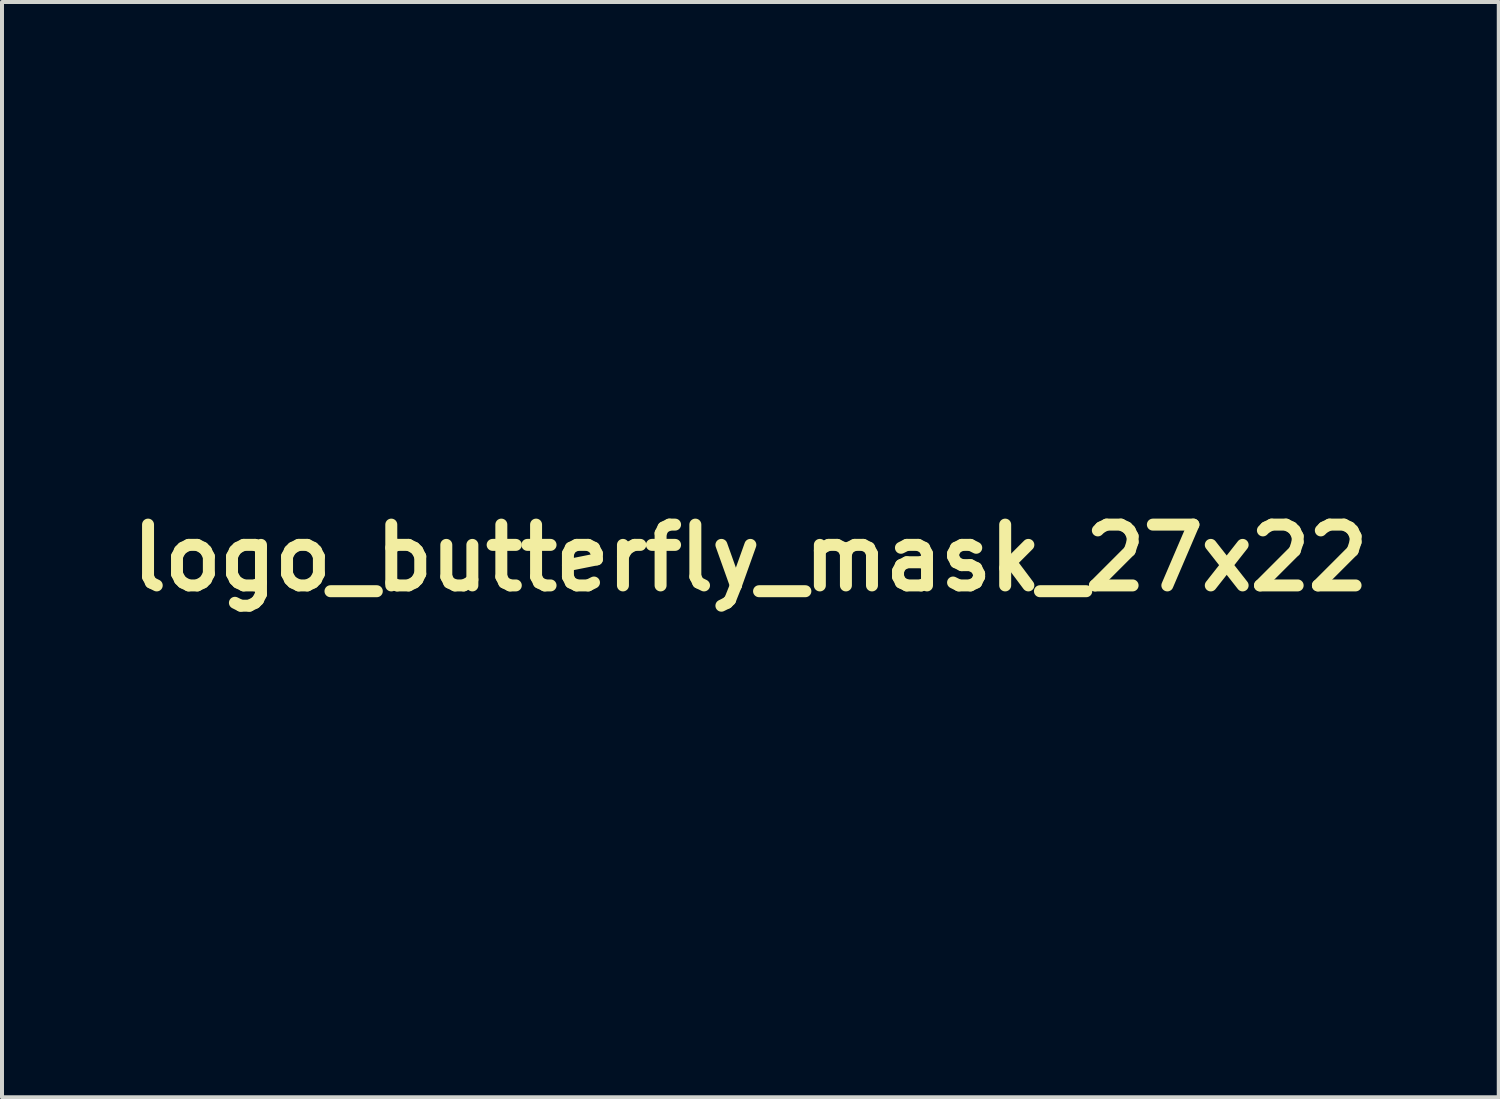
<source format=kicad_pcb>
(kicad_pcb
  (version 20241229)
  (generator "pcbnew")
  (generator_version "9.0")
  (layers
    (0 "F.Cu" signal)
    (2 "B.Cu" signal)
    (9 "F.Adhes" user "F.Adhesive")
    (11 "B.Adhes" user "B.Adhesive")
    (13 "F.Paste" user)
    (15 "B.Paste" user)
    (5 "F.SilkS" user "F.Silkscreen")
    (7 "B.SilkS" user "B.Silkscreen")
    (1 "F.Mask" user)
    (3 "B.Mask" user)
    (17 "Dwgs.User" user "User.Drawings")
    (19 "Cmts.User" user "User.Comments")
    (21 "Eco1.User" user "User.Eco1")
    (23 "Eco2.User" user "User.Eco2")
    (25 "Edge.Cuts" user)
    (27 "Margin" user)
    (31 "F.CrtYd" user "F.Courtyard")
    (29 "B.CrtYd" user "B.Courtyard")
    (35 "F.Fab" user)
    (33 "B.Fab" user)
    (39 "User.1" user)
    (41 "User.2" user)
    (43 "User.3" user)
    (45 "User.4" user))
  (footprint "logo_butterfly_mask_27x22"
    (layer "F.Cu")
    (at 15.755 10.932)
    (property "Reference" "logo_butterfly_mask_27x22" (at 0 0 0) (layer "F.SilkS") (effects (font (size 1.524 1.524) (thickness 0.3))))
    (attr through_hole)
    (fp_poly (pts (xy -4.32 1.235) (xy -4.25 1.258) (xy -4.2 1.288) (xy -4.166 1.331) (xy -4.16 1.377) (xy -4.183 1.42) (xy -4.223 1.449) (xy -4.289 1.469) (xy -4.369 1.474) (xy -4.45 1.466) (xy -4.491 1.455) (xy -4.542 1.427) (xy -4.583 1.389) (xy -4.607 1.348) (xy -4.609 1.319) (xy -4.583 1.278) (xy -4.534 1.248) (xy -4.469 1.231) (xy -4.396 1.226) (xy -4.32 1.235)) (stroke (width 0.01) (type solid)) (fill yes) (layer "F.Mask"))
    (fp_poly (pts (xy 6.075 4.575) (xy 6.118 4.598) (xy 6.141 4.636) (xy 6.144 4.658) (xy 6.129 4.707) (xy 6.092 4.754) (xy 6.037 4.796) (xy 5.972 4.829) (xy 5.904 4.851) (xy 5.84 4.858) (xy 5.786 4.849) (xy 5.757 4.829) (xy 5.733 4.784) (xy 5.74 4.734) (xy 5.773 4.684) (xy 5.827 4.634) (xy 5.889 4.597) (xy 5.956 4.575) (xy 6.02 4.568) (xy 6.075 4.575)) (stroke (width 0.01) (type solid)) (fill yes) (layer "F.Mask"))
    (fp_poly (pts (xy 6.614 -3.585) (xy 6.65 -3.557) (xy 6.66 -3.538) (xy 6.661 -3.487) (xy 6.637 -3.436) (xy 6.593 -3.389) (xy 6.535 -3.349) (xy 6.469 -3.32) (xy 6.402 -3.304) (xy 6.339 -3.306) (xy 6.29 -3.327) (xy 6.26 -3.363) (xy 6.26 -3.41) (xy 6.29 -3.465) (xy 6.312 -3.493) (xy 6.367 -3.539) (xy 6.43 -3.572) (xy 6.497 -3.591) (xy 6.561 -3.596) (xy 6.614 -3.585)) (stroke (width 0.01) (type solid)) (fill yes) (layer "F.Mask"))
    (fp_poly (pts (xy 8.576 -9.296) (xy 8.617 -9.278) (xy 8.646 -9.243) (xy 8.65 -9.202) (xy 8.631 -9.157) (xy 8.595 -9.114) (xy 8.545 -9.074) (xy 8.486 -9.042) (xy 8.421 -9.02) (xy 8.355 -9.014) (xy 8.307 -9.02) (xy 8.262 -9.044) (xy 8.244 -9.085) (xy 8.253 -9.138) (xy 8.261 -9.157) (xy 8.305 -9.213) (xy 8.366 -9.258) (xy 8.437 -9.288) (xy 8.51 -9.302) (xy 8.576 -9.296)) (stroke (width 0.01) (type solid)) (fill yes) (layer "F.Mask"))
    (fp_poly (pts (xy 8.947 -7.484) (xy 8.995 -7.465) (xy 9.024 -7.428) (xy 9.027 -7.418) (xy 9.025 -7.368) (xy 8.997 -7.319) (xy 8.95 -7.273) (xy 8.89 -7.235) (xy 8.824 -7.207) (xy 8.757 -7.193) (xy 8.696 -7.197) (xy 8.656 -7.215) (xy 8.624 -7.253) (xy 8.623 -7.298) (xy 8.653 -7.351) (xy 8.689 -7.39) (xy 8.752 -7.438) (xy 8.82 -7.47) (xy 8.887 -7.485) (xy 8.947 -7.484)) (stroke (width 0.01) (type solid)) (fill yes) (layer "F.Mask"))
    (fp_poly (pts (xy 10.046 0.724) (xy 10.088 0.749) (xy 10.11 0.791) (xy 10.112 0.813) (xy 10.098 0.864) (xy 10.058 0.914) (xy 10.001 0.956) (xy 9.933 0.989) (xy 9.861 1.008) (xy 9.793 1.01) (xy 9.753 1) (xy 9.716 0.972) (xy 9.705 0.931) (xy 9.718 0.881) (xy 9.754 0.829) (xy 9.787 0.798) (xy 9.855 0.753) (xy 9.924 0.726) (xy 9.989 0.716) (xy 10.046 0.724)) (stroke (width 0.01) (type solid)) (fill yes) (layer "F.Mask"))
    (fp_poly (pts (xy 10.281 3.513) (xy 10.328 3.531) (xy 10.359 3.565) (xy 10.366 3.602) (xy 10.352 3.653) (xy 10.312 3.702) (xy 10.256 3.745) (xy 10.188 3.778) (xy 10.117 3.798) (xy 10.05 3.801) (xy 10.014 3.792) (xy 9.973 3.764) (xy 9.959 3.723) (xy 9.971 3.673) (xy 10.01 3.618) (xy 10.027 3.6) (xy 10.089 3.555) (xy 10.155 3.525) (xy 10.221 3.511) (xy 10.281 3.513)) (stroke (width 0.01) (type solid)) (fill yes) (layer "F.Mask"))
    (fp_poly (pts (xy 10.774 2.042) (xy 10.816 2.067) (xy 10.835 2.105) (xy 10.83 2.15) (xy 10.802 2.198) (xy 10.75 2.245) (xy 10.697 2.276) (xy 10.632 2.301) (xy 10.565 2.315) (xy 10.504 2.317) (xy 10.46 2.307) (xy 10.449 2.299) (xy 10.43 2.259) (xy 10.434 2.209) (xy 10.46 2.157) (xy 10.481 2.132) (xy 10.561 2.071) (xy 10.643 2.039) (xy 10.707 2.032) (xy 10.774 2.042)) (stroke (width 0.01) (type solid)) (fill yes) (layer "F.Mask"))
    (fp_poly (pts (xy -6.955 1.278) (xy -6.886 1.299) (xy -6.831 1.33) (xy -6.796 1.367) (xy -6.782 1.407) (xy -6.793 1.447) (xy -6.831 1.483) (xy -6.88 1.503) (xy -6.946 1.514) (xy -7.016 1.516) (xy -7.064 1.51) (xy -7.132 1.489) (xy -7.188 1.46) (xy -7.224 1.427) (xy -7.231 1.413) (xy -7.234 1.36) (xy -7.209 1.318) (xy -7.159 1.288) (xy -7.085 1.272) (xy -7.037 1.27) (xy -6.955 1.278)) (stroke (width 0.01) (type solid)) (fill yes) (layer "F.Mask"))
    (fp_poly (pts (xy -1.156 6.575) (xy -1.087 6.593) (xy -1.028 6.622) (xy -0.985 6.66) (xy -0.964 6.704) (xy -0.965 6.735) (xy -0.987 6.768) (xy -1.033 6.793) (xy -1.096 6.811) (xy -1.168 6.817) (xy -1.242 6.811) (xy -1.251 6.81) (xy -1.324 6.786) (xy -1.377 6.753) (xy -1.408 6.712) (xy -1.413 6.67) (xy -1.392 6.629) (xy -1.361 6.604) (xy -1.299 6.578) (xy -1.228 6.569) (xy -1.156 6.575)) (stroke (width 0.01) (type solid)) (fill yes) (layer "F.Mask"))
    (fp_poly (pts (xy 1.694 6.051) (xy 1.764 6.083) (xy 1.814 6.128) (xy 1.818 6.133) (xy 1.832 6.177) (xy 1.82 6.215) (xy 1.785 6.248) (xy 1.734 6.271) (xy 1.669 6.284) (xy 1.597 6.284) (xy 1.522 6.27) (xy 1.503 6.263) (xy 1.437 6.231) (xy 1.395 6.191) (xy 1.38 6.148) (xy 1.394 6.104) (xy 1.407 6.088) (xy 1.463 6.053) (xy 1.535 6.036) (xy 1.616 6.036) (xy 1.694 6.051)) (stroke (width 0.01) (type solid)) (fill yes) (layer "F.Mask"))
    (fp_poly (pts (xy 7.183 -5.506) (xy 7.222 -5.483) (xy 7.238 -5.442) (xy 7.239 -5.429) (xy 7.224 -5.373) (xy 7.18 -5.319) (xy 7.111 -5.271) (xy 7.089 -5.261) (xy 7.006 -5.231) (xy 6.934 -5.224) (xy 6.878 -5.24) (xy 6.858 -5.255) (xy 6.833 -5.287) (xy 6.83 -5.319) (xy 6.848 -5.361) (xy 6.862 -5.382) (xy 6.914 -5.436) (xy 6.986 -5.479) (xy 7.066 -5.506) (xy 7.118 -5.513) (xy 7.183 -5.506)) (stroke (width 0.01) (type solid)) (fill yes) (layer "F.Mask"))
    (fp_poly (pts (xy 8.389 4.546) (xy 8.398 4.553) (xy 8.423 4.589) (xy 8.422 4.632) (xy 8.4 4.677) (xy 8.361 4.722) (xy 8.308 4.762) (xy 8.247 4.794) (xy 8.182 4.814) (xy 8.117 4.818) (xy 8.088 4.814) (xy 8.041 4.793) (xy 8.019 4.755) (xy 8.017 4.73) (xy 8.032 4.674) (xy 8.071 4.623) (xy 8.128 4.579) (xy 8.195 4.547) (xy 8.266 4.528) (xy 8.333 4.527) (xy 8.389 4.546)) (stroke (width 0.01) (type solid)) (fill yes) (layer "F.Mask"))
    (fp_poly (pts (xy -10.815 -2.836) (xy -10.741 -2.816) (xy -10.681 -2.785) (xy -10.642 -2.744) (xy -10.639 -2.737) (xy -10.631 -2.687) (xy -10.652 -2.643) (xy -10.681 -2.621) (xy -10.728 -2.606) (xy -10.792 -2.598) (xy -10.861 -2.596) (xy -10.921 -2.603) (xy -10.928 -2.604) (xy -11 -2.631) (xy -11.051 -2.667) (xy -11.078 -2.708) (xy -11.08 -2.751) (xy -11.054 -2.792) (xy -11.029 -2.81) (xy -10.967 -2.834) (xy -10.892 -2.842) (xy -10.815 -2.836)) (stroke (width 0.01) (type solid)) (fill yes) (layer "F.Mask"))
    (fp_poly (pts (xy -8.678 -1.752) (xy -8.653 -1.747) (xy -8.581 -1.72) (xy -8.529 -1.684) (xy -8.5 -1.641) (xy -8.496 -1.596) (xy -8.52 -1.553) (xy -8.526 -1.547) (xy -8.568 -1.525) (xy -8.631 -1.513) (xy -8.704 -1.51) (xy -8.777 -1.517) (xy -8.841 -1.533) (xy -8.853 -1.538) (xy -8.914 -1.576) (xy -8.944 -1.617) (xy -8.943 -1.662) (xy -8.938 -1.675) (xy -8.898 -1.717) (xy -8.837 -1.744) (xy -8.761 -1.757) (xy -8.678 -1.752)) (stroke (width 0.01) (type solid)) (fill yes) (layer "F.Mask"))
    (fp_poly (pts (xy -2.65 5.089) (xy -2.562 5.112) (xy -2.52 5.133) (xy -2.469 5.173) (xy -2.447 5.217) (xy -2.454 5.262) (xy -2.489 5.302) (xy -2.51 5.314) (xy -2.562 5.329) (xy -2.632 5.333) (xy -2.708 5.328) (xy -2.777 5.313) (xy -2.806 5.303) (xy -2.853 5.274) (xy -2.887 5.241) (xy -2.892 5.231) (xy -2.901 5.2) (xy -2.892 5.174) (xy -2.873 5.151) (xy -2.813 5.109) (xy -2.736 5.088) (xy -2.65 5.089)) (stroke (width 0.01) (type solid)) (fill yes) (layer "F.Mask"))
    (fp_poly (pts (xy 1.756 6.983) (xy 1.825 6.998) (xy 1.885 7.024) (xy 1.929 7.059) (xy 1.951 7.104) (xy 1.953 7.119) (xy 1.938 7.162) (xy 1.898 7.197) (xy 1.837 7.219) (xy 1.761 7.227) (xy 1.691 7.223) (xy 1.619 7.204) (xy 1.557 7.175) (xy 1.515 7.138) (xy 1.507 7.127) (xy 1.499 7.094) (xy 1.513 7.059) (xy 1.516 7.055) (xy 1.557 7.015) (xy 1.615 6.991) (xy 1.684 6.981) (xy 1.756 6.983)) (stroke (width 0.01) (type solid)) (fill yes) (layer "F.Mask"))
    (fp_poly (pts (xy 9.311 -5.783) (xy 9.351 -5.752) (xy 9.366 -5.702) (xy 9.366 -5.696) (xy 9.352 -5.649) (xy 9.313 -5.602) (xy 9.256 -5.56) (xy 9.189 -5.527) (xy 9.118 -5.506) (xy 9.051 -5.503) (xy 9.039 -5.504) (xy 9.001 -5.521) (xy 8.978 -5.539) (xy 8.96 -5.579) (xy 8.968 -5.625) (xy 8.997 -5.672) (xy 9.043 -5.717) (xy 9.102 -5.755) (xy 9.169 -5.782) (xy 9.239 -5.794) (xy 9.249 -5.794) (xy 9.311 -5.783)) (stroke (width 0.01) (type solid)) (fill yes) (layer "F.Mask"))
    (fp_poly (pts (xy 9.535 -4.001) (xy 9.557 -3.985) (xy 9.582 -3.953) (xy 9.585 -3.921) (xy 9.568 -3.88) (xy 9.558 -3.864) (xy 9.52 -3.821) (xy 9.463 -3.784) (xy 9.397 -3.755) (xy 9.328 -3.735) (xy 9.265 -3.729) (xy 9.215 -3.737) (xy 9.195 -3.75) (xy 9.177 -3.788) (xy 9.182 -3.838) (xy 9.207 -3.891) (xy 9.219 -3.906) (xy 9.274 -3.955) (xy 9.341 -3.991) (xy 9.412 -4.012) (xy 9.479 -4.016) (xy 9.535 -4.001)) (stroke (width 0.01) (type solid)) (fill yes) (layer "F.Mask"))
    (fp_poly (pts (xy 0.844 7.604) (xy 0.906 7.625) (xy 0.956 7.655) (xy 0.992 7.691) (xy 1.01 7.73) (xy 1.005 7.769) (xy 0.975 7.805) (xy 0.952 7.819) (xy 0.905 7.833) (xy 0.839 7.84) (xy 0.767 7.839) (xy 0.7 7.832) (xy 0.677 7.826) (xy 0.624 7.801) (xy 0.582 7.763) (xy 0.558 7.723) (xy 0.556 7.707) (xy 0.571 7.663) (xy 0.615 7.629) (xy 0.69 7.604) (xy 0.7 7.602) (xy 0.774 7.596) (xy 0.844 7.604)) (stroke (width 0.01) (type solid)) (fill yes) (layer "F.Mask"))
    (fp_poly (pts (xy 7.526 -7.138) (xy 7.567 -7.119) (xy 7.586 -7.085) (xy 7.588 -7.059) (xy 7.573 -7.004) (xy 7.533 -6.952) (xy 7.473 -6.908) (xy 7.401 -6.875) (xy 7.321 -6.859) (xy 7.295 -6.858) (xy 7.246 -6.862) (xy 7.216 -6.875) (xy 7.198 -6.897) (xy 7.183 -6.925) (xy 7.183 -6.95) (xy 7.197 -6.987) (xy 7.2 -6.993) (xy 7.241 -7.047) (xy 7.303 -7.094) (xy 7.375 -7.128) (xy 7.449 -7.143) (xy 7.458 -7.144) (xy 7.526 -7.138)) (stroke (width 0.01) (type solid)) (fill yes) (layer "F.Mask"))
    (fp_poly (pts (xy -9.839 -1.686) (xy -9.767 -1.665) (xy -9.729 -1.646) (xy -9.681 -1.602) (xy -9.663 -1.56) (xy -9.677 -1.515) (xy -9.69 -1.497) (xy -9.714 -1.473) (xy -9.742 -1.46) (xy -9.782 -1.453) (xy -9.837 -1.45) (xy -9.9 -1.45) (xy -9.957 -1.454) (xy -9.991 -1.46) (xy -10.045 -1.487) (xy -10.087 -1.525) (xy -10.11 -1.567) (xy -10.112 -1.581) (xy -10.098 -1.62) (xy -10.061 -1.656) (xy -10.009 -1.684) (xy -9.984 -1.691) (xy -9.916 -1.696) (xy -9.839 -1.686)) (stroke (width 0.01) (type solid)) (fill yes) (layer "F.Mask"))
    (fp_poly (pts (xy -6.777 -0.288) (xy -6.775 -0.288) (xy -6.696 -0.262) (xy -6.64 -0.226) (xy -6.609 -0.185) (xy -6.603 -0.14) (xy -6.627 -0.097) (xy -6.637 -0.086) (xy -6.673 -0.069) (xy -6.73 -0.057) (xy -6.798 -0.051) (xy -6.866 -0.053) (xy -6.924 -0.063) (xy -6.929 -0.064) (xy -6.994 -0.094) (xy -7.037 -0.139) (xy -7.047 -0.155) (xy -7.056 -0.181) (xy -7.049 -0.205) (xy -7.021 -0.236) (xy -7.02 -0.237) (xy -6.955 -0.281) (xy -6.873 -0.298) (xy -6.777 -0.288)) (stroke (width 0.01) (type solid)) (fill yes) (layer "F.Mask"))
    (fp_poly (pts (xy -8.243 -0.305) (xy -8.179 -0.284) (xy -8.128 -0.254) (xy -8.094 -0.216) (xy -8.084 -0.17) (xy -8.086 -0.153) (xy -8.106 -0.118) (xy -8.13 -0.097) (xy -8.174 -0.082) (xy -8.237 -0.072) (xy -8.307 -0.07) (xy -8.372 -0.075) (xy -8.4 -0.081) (xy -8.45 -0.104) (xy -8.497 -0.139) (xy -8.502 -0.144) (xy -8.53 -0.176) (xy -8.537 -0.201) (xy -8.528 -0.231) (xy -8.528 -0.231) (xy -8.494 -0.273) (xy -8.443 -0.3) (xy -8.38 -0.314) (xy -8.311 -0.315) (xy -8.243 -0.305)) (stroke (width 0.01) (type solid)) (fill yes) (layer "F.Mask"))
    (fp_poly (pts (xy -13.02 -4.343) (xy -12.95 -4.337) (xy -12.732 -4.306) (xy -12.495 -4.261) (xy -12.247 -4.205) (xy -11.997 -4.138) (xy -11.754 -4.064) (xy -11.525 -3.984) (xy -11.359 -3.918) (xy -11.198 -3.85) (xy -11.011 -3.769) (xy -10.8 -3.676) (xy -10.567 -3.574) (xy -10.316 -3.462) (xy -10.049 -3.342) (xy -9.767 -3.215) (xy -9.474 -3.082) (xy -9.172 -2.945) (xy -9.136 -2.929) (xy -8.959 -2.848) (xy -8.772 -2.763) (xy -8.578 -2.675) (xy -8.385 -2.587) (xy -8.198 -2.502) (xy -8.022 -2.422) (xy -7.863 -2.35) (xy -7.727 -2.289) (xy -7.72 -2.286) (xy -7.129 -2.019) (xy -6.577 -1.65) (xy -6.418 -1.543) (xy -6.254 -1.433) (xy -6.082 -1.317) (xy -5.902 -1.196) (xy -5.712 -1.067) (xy -5.51 -0.93) (xy -5.294 -0.784) (xy -5.063 -0.627) (xy -4.814 -0.458) (xy -4.547 -0.276) (xy -4.26 -0.08) (xy -3.95 0.132) (xy -3.617 0.359) (xy -3.469 0.46) (xy -3.142 0.684) (xy -2.83 0.897) (xy -2.534 1.099) (xy -2.255 1.289) (xy -1.993 1.467) (xy -1.751 1.632) (xy -1.528 1.783) (xy -1.326 1.92) (xy -1.146 2.042) (xy -0.989 2.149) (xy -0.855 2.239) (xy -0.745 2.313) (xy -0.691 2.349) (xy -0.612 2.402) (xy -0.538 2.452) (xy -0.475 2.496) (xy -0.429 2.529) (xy -0.411 2.542) (xy -0.382 2.563) (xy -0.33 2.598) (xy -0.261 2.644) (xy -0.179 2.699) (xy -0.088 2.758) (xy -0.031 2.795) (xy 0.099 2.879) (xy 0.207 2.951) (xy 0.296 3.012) (xy 0.371 3.066) (xy 0.435 3.115) (xy 0.494 3.163) (xy 0.55 3.214) (xy 0.601 3.262) (xy 0.662 3.323) (xy 0.722 3.39) (xy 0.777 3.456) (xy 0.823 3.517) (xy 0.856 3.567) (xy 0.872 3.602) (xy 0.873 3.608) (xy 0.862 3.638) (xy 0.851 3.65) (xy 0.826 3.657) (xy 0.772 3.664) (xy 0.692 3.671) (xy 0.589 3.677) (xy 0.465 3.682) (xy 0.324 3.686) (xy 0.167 3.69) (xy -0.001 3.693) (xy -0.179 3.695) (xy -0.363 3.696) (xy -0.551 3.696) (xy -0.74 3.696) (xy -0.927 3.694) (xy -1.109 3.691) (xy -1.283 3.688) (xy -1.447 3.683) (xy -1.468 3.682) (xy -1.707 3.672) (xy -1.973 3.66) (xy -2.261 3.645) (xy -2.568 3.628) (xy -2.889 3.61) (xy -3.219 3.589) (xy -3.554 3.567) (xy -3.89 3.544) (xy -4.223 3.52) (xy -4.374 3.509) (xy -4.459 3.503) (xy -4.565 3.496) (xy -4.684 3.488) (xy -4.805 3.482) (xy -4.897 3.477) (xy -5.066 3.468) (xy -5.207 3.458) (xy -5.327 3.448) (xy -5.429 3.434) (xy -5.52 3.417) (xy -5.604 3.395) (xy -5.686 3.368) (xy -5.771 3.333) (xy -5.864 3.29) (xy -5.97 3.238) (xy -5.974 3.236) (xy -6.188 3.124) (xy -6.38 3.013) (xy -6.559 2.896) (xy -6.733 2.768) (xy -6.911 2.622) (xy -7.012 2.535) (xy -7.134 2.423) (xy -7.271 2.291) (xy -7.42 2.143) (xy -7.575 1.982) (xy -7.733 1.815) (xy -7.889 1.644) (xy -8.04 1.475) (xy -8.128 1.373) (xy -8.318 1.155) (xy -8.522 0.924) (xy -8.744 0.678) (xy -8.928 0.476) (xy -9.02 0.378) (xy -9.132 0.261) (xy -9.263 0.126) (xy -9.41 -0.025) (xy -9.573 -0.19) (xy -9.747 -0.366) (xy -9.932 -0.552) (xy -10.126 -0.744) (xy -10.325 -0.942) (xy -10.529 -1.144) (xy -10.735 -1.346) (xy -10.94 -1.547) (xy -11.143 -1.745) (xy -11.343 -1.938) (xy -11.535 -2.124) (xy -11.692 -2.274) (xy -11.906 -2.478) (xy -12.099 -2.662) (xy -12.185 -2.745) (xy -11.351 -2.745) (xy -11.336 -2.685) (xy -11.294 -2.626) (xy -11.229 -2.57) (xy -11.147 -2.521) (xy -11.051 -2.483) (xy -11 -2.469) (xy -10.848 -2.447) (xy -10.7 -2.453) (xy -10.604 -2.471) (xy -10.495 -2.497) (xy -9.835 -2.142) (xy -9.68 -2.059) (xy -9.552 -1.989) (xy -9.447 -1.932) (xy -9.364 -1.885) (xy -9.299 -1.848) (xy -9.252 -1.82) (xy -9.218 -1.797) (xy -9.198 -1.781) (xy -9.187 -1.768) (xy -9.184 -1.759) (xy -9.184 -1.754) (xy -9.195 -1.713) (xy -9.203 -1.681) (xy -9.21 -1.658) (xy -9.225 -1.644) (xy -9.258 -1.636) (xy -9.307 -1.63) (xy -9.36 -1.627) (xy -9.395 -1.63) (xy -9.425 -1.644) (xy -9.462 -1.674) (xy -9.481 -1.691) (xy -9.571 -1.756) (xy -9.674 -1.801) (xy -9.795 -1.826) (xy -9.93 -1.833) (xy -10.046 -1.83) (xy -10.138 -1.817) (xy -10.211 -1.793) (xy -10.274 -1.756) (xy -10.313 -1.722) (xy -10.355 -1.678) (xy -10.376 -1.642) (xy -10.382 -1.604) (xy -10.382 -1.603) (xy -10.367 -1.534) (xy -10.322 -1.469) (xy -10.252 -1.41) (xy -10.157 -1.36) (xy -10.083 -1.333) (xy -9.988 -1.312) (xy -9.879 -1.302) (xy -9.768 -1.303) (xy -9.665 -1.314) (xy -9.603 -1.329) (xy -9.547 -1.353) (xy -9.492 -1.389) (xy -9.443 -1.429) (xy -9.409 -1.467) (xy -9.398 -1.496) (xy -9.39 -1.511) (xy -9.363 -1.521) (xy -9.31 -1.529) (xy -9.289 -1.532) (xy -9.23 -1.537) (xy -9.192 -1.535) (xy -9.161 -1.525) (xy -9.127 -1.502) (xy -9.106 -1.486) (xy -9.008 -1.429) (xy -8.887 -1.387) (xy -8.749 -1.363) (xy -8.68 -1.358) (xy -8.542 -1.353) (xy -7.895 -0.872) (xy -7.768 -0.779) (xy -7.649 -0.69) (xy -7.541 -0.609) (xy -7.444 -0.538) (xy -7.363 -0.477) (xy -7.299 -0.429) (xy -7.255 -0.397) (xy -7.234 -0.38) (xy -7.232 -0.379) (xy -7.233 -0.36) (xy -7.254 -0.33) (xy -7.261 -0.323) (xy -7.293 -0.282) (xy -7.312 -0.24) (xy -7.313 -0.236) (xy -7.32 -0.212) (xy -7.332 -0.199) (xy -7.358 -0.196) (xy -7.405 -0.198) (xy -7.419 -0.199) (xy -7.482 -0.203) (xy -7.562 -0.208) (xy -7.644 -0.213) (xy -7.663 -0.214) (xy -7.809 -0.222) (xy -7.885 -0.298) (xy -7.956 -0.359) (xy -8.033 -0.403) (xy -8.121 -0.432) (xy -8.228 -0.448) (xy -8.358 -0.452) (xy -8.444 -0.452) (xy -8.506 -0.449) (xy -8.552 -0.442) (xy -8.592 -0.431) (xy -8.632 -0.415) (xy -8.632 -0.415) (xy -8.716 -0.365) (xy -8.77 -0.306) (xy -8.794 -0.242) (xy -8.789 -0.174) (xy -8.754 -0.107) (xy -8.687 -0.043) (xy -8.683 -0.039) (xy -8.588 0.014) (xy -8.473 0.052) (xy -8.346 0.074) (xy -8.217 0.078) (xy -8.093 0.064) (xy -8.038 0.05) (xy -7.971 0.024) (xy -7.91 -0.009) (xy -7.862 -0.046) (xy -7.832 -0.081) (xy -7.826 -0.1) (xy -7.812 -0.106) (xy -7.768 -0.109) (xy -7.693 -0.11) (xy -7.588 -0.107) (xy -7.564 -0.106) (xy -7.467 -0.102) (xy -7.396 -0.098) (xy -7.346 -0.093) (xy -7.311 -0.087) (xy -7.285 -0.078) (xy -7.264 -0.066) (xy -7.242 -0.048) (xy -7.138 0.016) (xy -7.015 0.064) (xy -6.881 0.092) (xy -6.745 0.101) (xy -6.613 0.088) (xy -6.523 0.064) (xy -6.468 0.044) (xy -5.834 0.476) (xy -5.699 0.568) (xy -5.565 0.659) (xy -5.437 0.747) (xy -5.317 0.829) (xy -5.21 0.902) (xy -5.118 0.965) (xy -5.046 1.014) (xy -5.005 1.042) (xy -4.811 1.176) (xy -4.842 1.227) (xy -4.863 1.268) (xy -4.873 1.302) (xy -4.874 1.306) (xy -4.875 1.312) (xy -4.881 1.317) (xy -4.895 1.321) (xy -4.918 1.325) (xy -4.953 1.328) (xy -5.004 1.33) (xy -5.071 1.331) (xy -5.159 1.332) (xy -5.269 1.333) (xy -5.403 1.333) (xy -5.565 1.333) (xy -5.701 1.333) (xy -6.528 1.333) (xy -6.599 1.271) (xy -6.696 1.204) (xy -6.813 1.157) (xy -6.941 1.128) (xy -7.074 1.119) (xy -7.204 1.131) (xy -7.325 1.164) (xy -7.368 1.184) (xy -7.441 1.233) (xy -7.485 1.289) (xy -7.502 1.349) (xy -7.493 1.412) (xy -7.46 1.473) (xy -7.404 1.53) (xy -7.327 1.581) (xy -7.231 1.622) (xy -7.121 1.65) (xy -7.004 1.663) (xy -6.89 1.661) (xy -6.783 1.645) (xy -6.688 1.617) (xy -6.611 1.577) (xy -6.557 1.528) (xy -6.535 1.491) (xy -6.518 1.445) (xy -4.822 1.445) (xy -4.77 1.491) (xy -4.691 1.542) (xy -4.591 1.581) (xy -4.476 1.607) (xy -4.354 1.619) (xy -4.233 1.615) (xy -4.121 1.595) (xy -4.1 1.589) (xy -3.993 1.554) (xy -2.421 2.213) (xy -2.209 2.301) (xy -2.005 2.387) (xy -1.811 2.468) (xy -1.63 2.544) (xy -1.462 2.614) (xy -1.311 2.677) (xy -1.177 2.733) (xy -1.063 2.78) (xy -0.97 2.819) (xy -0.901 2.848) (xy -0.857 2.866) (xy -0.841 2.872) (xy -0.841 2.872) (xy -0.83 2.86) (xy -0.816 2.829) (xy -0.815 2.828) (xy -0.798 2.782) (xy -2.292 2.158) (xy -2.547 2.051) (xy -2.774 1.956) (xy -2.975 1.872) (xy -3.152 1.799) (xy -3.305 1.735) (xy -3.438 1.679) (xy -3.55 1.632) (xy -3.643 1.593) (xy -3.72 1.56) (xy -3.782 1.533) (xy -3.83 1.512) (xy -3.867 1.496) (xy -3.892 1.484) (xy -3.909 1.475) (xy -3.918 1.469) (xy -3.921 1.465) (xy -3.92 1.462) (xy -3.917 1.461) (xy -3.912 1.459) (xy -3.908 1.456) (xy -3.907 1.456) (xy -3.895 1.429) (xy -3.89 1.387) (xy -3.889 1.378) (xy -3.896 1.331) (xy -3.918 1.288) (xy -3.946 1.255) (xy -4.029 1.186) (xy -4.134 1.133) (xy -4.256 1.097) (xy -4.389 1.08) (xy -4.529 1.083) (xy -4.623 1.097) (xy -4.71 1.115) (xy -5.544 0.546) (xy -5.713 0.431) (xy -5.857 0.332) (xy -5.979 0.249) (xy -6.079 0.179) (xy -6.161 0.122) (xy -6.226 0.075) (xy -6.276 0.039) (xy -6.312 0.011) (xy -6.337 -0.011) (xy -6.352 -0.027) (xy -6.359 -0.038) (xy -6.36 -0.047) (xy -6.357 -0.054) (xy -6.356 -0.055) (xy -6.336 -0.11) (xy -6.341 -0.173) (xy -6.37 -0.238) (xy -6.42 -0.297) (xy -6.459 -0.328) (xy -6.555 -0.378) (xy -6.67 -0.415) (xy -6.795 -0.437) (xy -6.919 -0.443) (xy -7.033 -0.431) (xy -7.06 -0.424) (xy -7.104 -0.414) (xy -7.131 -0.411) (xy -7.135 -0.414) (xy -7.146 -0.425) (xy -7.18 -0.454) (xy -7.235 -0.498) (xy -7.308 -0.555) (xy -7.397 -0.623) (xy -7.5 -0.701) (xy -7.614 -0.787) (xy -7.737 -0.879) (xy -7.763 -0.898) (xy -7.888 -0.991) (xy -8.005 -1.078) (xy -8.112 -1.158) (xy -8.206 -1.229) (xy -8.285 -1.288) (xy -8.346 -1.335) (xy -8.387 -1.366) (xy -8.406 -1.381) (xy -8.407 -1.382) (xy -8.399 -1.397) (xy -8.37 -1.416) (xy -8.36 -1.421) (xy -8.29 -1.467) (xy -8.245 -1.525) (xy -8.226 -1.591) (xy -8.237 -1.658) (xy -8.258 -1.699) (xy -8.318 -1.761) (xy -8.401 -1.814) (xy -8.503 -1.857) (xy -8.615 -1.886) (xy -8.731 -1.902) (xy -8.845 -1.902) (xy -8.951 -1.886) (xy -9.007 -1.867) (xy -9.068 -1.842) (xy -9.74 -2.203) (xy -9.894 -2.286) (xy -10.023 -2.355) (xy -10.128 -2.412) (xy -10.212 -2.458) (xy -10.277 -2.495) (xy -10.325 -2.523) (xy -10.358 -2.545) (xy -10.38 -2.562) (xy -10.391 -2.574) (xy -10.395 -2.584) (xy -10.393 -2.592) (xy -10.389 -2.599) (xy -10.374 -2.638) (xy -10.367 -2.689) (xy -10.366 -2.699) (xy -10.37 -2.74) (xy -10.384 -2.774) (xy -10.416 -2.812) (xy -10.435 -2.832) (xy -10.51 -2.891) (xy -10.599 -2.935) (xy -10.698 -2.967) (xy -10.803 -2.985) (xy -10.91 -2.99) (xy -11.014 -2.983) (xy -11.112 -2.964) (xy -11.198 -2.934) (xy -11.269 -2.892) (xy -11.32 -2.84) (xy -11.347 -2.777) (xy -11.351 -2.745) (xy -12.185 -2.745) (xy -12.271 -2.827) (xy -12.424 -2.974) (xy -12.56 -3.105) (xy -12.679 -3.221) (xy -12.782 -3.323) (xy -12.872 -3.413) (xy -12.949 -3.493) (xy -13.015 -3.562) (xy -13.071 -3.624) (xy -13.118 -3.679) (xy -13.158 -3.729) (xy -13.192 -3.775) (xy -13.221 -3.818) (xy -13.246 -3.861) (xy -13.269 -3.903) (xy -13.291 -3.947) (xy -13.314 -3.994) (xy -13.321 -4.009) (xy -13.36 -4.095) (xy -13.383 -4.159) (xy -13.39 -4.205) (xy -13.382 -4.24) (xy -13.359 -4.267) (xy -13.327 -4.288) (xy -13.263 -4.32) (xy -13.195 -4.339) (xy -13.117 -4.346) (xy -13.02 -4.343)) (stroke (width 0.01) (type solid)) (fill yes) (layer "F.Mask"))
    (fp_poly (pts (xy -5.08 4.057) (xy -4.858 4.075) (xy -4.626 4.094) (xy -4.389 4.116) (xy -4.154 4.138) (xy -3.927 4.161) (xy -3.715 4.184) (xy -3.522 4.206) (xy -3.389 4.222) (xy -3.257 4.239) (xy -3.13 4.254) (xy -3.004 4.267) (xy -2.878 4.279) (xy -2.748 4.289) (xy -2.614 4.299) (xy -2.472 4.307) (xy -2.319 4.314) (xy -2.154 4.321) (xy -1.974 4.326) (xy -1.777 4.331) (xy -1.559 4.335) (xy -1.32 4.339) (xy -1.056 4.343) (xy -0.765 4.346) (xy -0.46 4.349) (xy -0.209 4.351) (xy 0.013 4.353) (xy 0.208 4.355) (xy 0.376 4.357) (xy 0.521 4.358) (xy 0.644 4.36) (xy 0.747 4.362) (xy 0.833 4.364) (xy 0.903 4.366) (xy 0.959 4.369) (xy 1.004 4.371) (xy 1.038 4.375) (xy 1.065 4.378) (xy 1.087 4.383) (xy 1.104 4.387) (xy 1.12 4.393) (xy 1.133 4.398) (xy 1.165 4.411) (xy 1.196 4.427) (xy 1.228 4.448) (xy 1.264 4.477) (xy 1.305 4.516) (xy 1.355 4.567) (xy 1.416 4.632) (xy 1.489 4.714) (xy 1.577 4.815) (xy 1.683 4.937) (xy 1.718 4.977) (xy 1.856 5.131) (xy 1.983 5.258) (xy 2.097 5.359) (xy 2.198 5.431) (xy 2.207 5.437) (xy 2.355 5.535) (xy 2.513 5.656) (xy 2.676 5.797) (xy 2.84 5.951) (xy 2.999 6.116) (xy 3.149 6.285) (xy 3.285 6.455) (xy 3.3 6.476) (xy 3.392 6.599) (xy 3.41 6.844) (xy 3.415 6.914) (xy 3.42 6.993) (xy 3.425 7.083) (xy 3.43 7.185) (xy 3.436 7.303) (xy 3.442 7.439) (xy 3.448 7.595) (xy 3.454 7.772) (xy 3.462 7.975) (xy 3.469 8.203) (xy 3.478 8.461) (xy 3.48 8.525) (xy 3.486 8.71) (xy 3.491 8.867) (xy 3.495 8.998) (xy 3.498 9.106) (xy 3.499 9.195) (xy 3.499 9.266) (xy 3.497 9.324) (xy 3.494 9.371) (xy 3.49 9.41) (xy 3.484 9.444) (xy 3.477 9.477) (xy 3.47 9.501) (xy 3.44 9.595) (xy 3.396 9.712) (xy 3.34 9.845) (xy 3.274 9.991) (xy 3.224 10.095) (xy 3.192 10.163) (xy 3.166 10.221) (xy 3.149 10.264) (xy 3.143 10.284) (xy 3.132 10.323) (xy 3.105 10.373) (xy 3.068 10.422) (xy 3.03 10.46) (xy 3.012 10.472) (xy 2.933 10.5) (xy 2.838 10.512) (xy 2.738 10.507) (xy 2.685 10.502) (xy 2.613 10.497) (xy 2.536 10.495) (xy 2.516 10.495) (xy 2.289 10.485) (xy 2.037 10.462) (xy 1.764 10.425) (xy 1.474 10.375) (xy 1.172 10.313) (xy 0.859 10.24) (xy 0.832 10.233) (xy 0.609 10.175) (xy 0.416 10.124) (xy 0.252 10.077) (xy 0.118 10.037) (xy 0.015 10.002) (xy -0.058 9.973) (xy -0.094 9.955) (xy -0.122 9.935) (xy -0.156 9.909) (xy -0.198 9.874) (xy -0.252 9.827) (xy -0.318 9.768) (xy -0.399 9.694) (xy -0.497 9.603) (xy -0.615 9.494) (xy -0.721 9.395) (xy -0.822 9.301) (xy -0.918 9.216) (xy -1.011 9.135) (xy -1.107 9.057) (xy -1.208 8.979) (xy -1.317 8.897) (xy -1.439 8.81) (xy -1.577 8.715) (xy -1.735 8.609) (xy -1.915 8.489) (xy -1.937 8.475) (xy -2.061 8.393) (xy -2.169 8.32) (xy -2.264 8.254) (xy -2.35 8.191) (xy -2.432 8.128) (xy -2.513 8.061) (xy -2.599 7.987) (xy -2.693 7.902) (xy -2.799 7.804) (xy -2.922 7.689) (xy -2.984 7.63) (xy -3.061 7.556) (xy -3.154 7.464) (xy -3.259 7.357) (xy -3.375 7.237) (xy -3.5 7.108) (xy -3.631 6.971) (xy -3.765 6.829) (xy -3.9 6.685) (xy -4.034 6.541) (xy -4.165 6.4) (xy -4.289 6.264) (xy -4.406 6.136) (xy -4.511 6.018) (xy -4.604 5.914) (xy -4.681 5.825) (xy -4.74 5.754) (xy -4.774 5.711) (xy -4.846 5.607) (xy -4.915 5.487) (xy -4.985 5.349) (xy -5.055 5.189) (xy -5.092 5.096) (xy -4.81 5.096) (xy -4.805 5.131) (xy -4.787 5.143) (xy -4.777 5.144) (xy -4.755 5.145) (xy -4.704 5.148) (xy -4.629 5.153) (xy -4.531 5.159) (xy -4.414 5.168) (xy -4.281 5.177) (xy -4.135 5.187) (xy -3.98 5.198) (xy -3.951 5.2) (xy -3.158 5.257) (xy -3.09 5.325) (xy -3.012 5.384) (xy -2.913 5.431) (xy -2.799 5.466) (xy -2.679 5.486) (xy -2.561 5.487) (xy -2.54 5.486) (xy -2.453 5.476) (xy -1.495 6.455) (xy -1.548 6.484) (xy -1.618 6.532) (xy -1.661 6.59) (xy -1.68 6.653) (xy -1.691 6.722) (xy -2.112 6.837) (xy -2.232 6.87) (xy -2.351 6.903) (xy -2.463 6.933) (xy -2.562 6.96) (xy -2.641 6.982) (xy -2.688 6.994) (xy -2.758 7.014) (xy -2.803 7.028) (xy -2.827 7.04) (xy -2.836 7.053) (xy -2.836 7.07) (xy -2.834 7.078) (xy -2.824 7.111) (xy -2.818 7.125) (xy -2.802 7.122) (xy -2.759 7.112) (xy -2.691 7.095) (xy -2.604 7.072) (xy -2.498 7.044) (xy -2.379 7.012) (xy -2.25 6.977) (xy -2.219 6.969) (xy -1.625 6.807) (xy -1.547 6.857) (xy -1.484 6.892) (xy -1.413 6.922) (xy -1.381 6.933) (xy -1.309 6.948) (xy -1.218 6.957) (xy -1.12 6.96) (xy -1.026 6.957) (xy -0.947 6.947) (xy -0.921 6.941) (xy -0.849 6.92) (xy -0.318 7.2) (xy -0.195 7.265) (xy -0.079 7.326) (xy 0.027 7.383) (xy 0.12 7.432) (xy 0.195 7.472) (xy 0.249 7.501) (xy 0.28 7.518) (xy 0.281 7.519) (xy 0.347 7.556) (xy 0.314 7.617) (xy 0.291 7.675) (xy 0.292 7.72) (xy 0.316 7.771) (xy 0.36 7.826) (xy 0.416 7.877) (xy 0.474 7.913) (xy 0.476 7.913) (xy 0.514 7.934) (xy 0.537 7.951) (xy 0.54 7.956) (xy 0.533 7.972) (xy 0.513 8.014) (xy 0.482 8.079) (xy 0.44 8.164) (xy 0.39 8.266) (xy 0.333 8.382) (xy 0.269 8.51) (xy 0.201 8.646) (xy 0.198 8.654) (xy 0.129 8.79) (xy 0.066 8.918) (xy 0.009 9.034) (xy -0.041 9.135) (xy -0.082 9.219) (xy -0.113 9.284) (xy -0.133 9.325) (xy -0.14 9.342) (xy -0.14 9.342) (xy -0.119 9.355) (xy -0.089 9.371) (xy -0.066 9.381) (xy -0.063 9.382) (xy -0.055 9.368) (xy -0.034 9.329) (xy -0.001 9.266) (xy 0.041 9.183) (xy 0.092 9.083) (xy 0.151 8.968) (xy 0.215 8.84) (xy 0.283 8.704) (xy 0.294 8.682) (xy 0.643 7.982) (xy 0.754 7.992) (xy 0.872 7.994) (xy 0.981 7.981) (xy 1.078 7.955) (xy 1.159 7.917) (xy 1.222 7.87) (xy 1.263 7.815) (xy 1.278 7.755) (xy 1.27 7.708) (xy 1.248 7.666) (xy 1.21 7.618) (xy 1.183 7.592) (xy 1.115 7.532) (xy 1.274 7.419) (xy 1.432 7.305) (xy 1.522 7.338) (xy 1.583 7.353) (xy 1.664 7.365) (xy 1.752 7.372) (xy 1.839 7.374) (xy 1.913 7.37) (xy 1.953 7.363) (xy 1.962 7.362) (xy 1.974 7.366) (xy 1.989 7.376) (xy 2.01 7.393) (xy 2.037 7.421) (xy 2.074 7.461) (xy 2.12 7.515) (xy 2.178 7.584) (xy 2.25 7.671) (xy 2.338 7.777) (xy 2.442 7.904) (xy 2.54 8.024) (xy 2.658 8.17) (xy 2.758 8.292) (xy 2.842 8.394) (xy 2.91 8.477) (xy 2.965 8.542) (xy 3.009 8.593) (xy 3.042 8.629) (xy 3.068 8.654) (xy 3.086 8.669) (xy 3.099 8.677) (xy 3.11 8.678) (xy 3.118 8.675) (xy 3.123 8.672) (xy 3.15 8.651) (xy 3.159 8.637) (xy 3.149 8.623) (xy 3.122 8.587) (xy 3.078 8.532) (xy 3.02 8.46) (xy 2.951 8.374) (xy 2.872 8.276) (xy 2.785 8.17) (xy 2.744 8.119) (xy 2.649 8.003) (xy 2.556 7.889) (xy 2.467 7.781) (xy 2.386 7.681) (xy 2.316 7.595) (xy 2.259 7.525) (xy 2.219 7.475) (xy 2.212 7.467) (xy 2.095 7.322) (xy 2.159 7.259) (xy 2.2 7.211) (xy 2.22 7.17) (xy 2.223 7.145) (xy 2.207 7.069) (xy 2.161 6.999) (xy 2.108 6.953) (xy 2.055 6.922) (xy 1.986 6.891) (xy 1.912 6.865) (xy 1.844 6.847) (xy 1.802 6.842) (xy 1.785 6.84) (xy 1.772 6.83) (xy 1.762 6.808) (xy 1.754 6.77) (xy 1.748 6.711) (xy 1.741 6.626) (xy 1.737 6.578) (xy 1.727 6.433) (xy 1.796 6.423) (xy 1.852 6.41) (xy 1.916 6.388) (xy 1.949 6.374) (xy 2.033 6.335) (xy 2.504 6.566) (xy 2.633 6.628) (xy 2.737 6.678) (xy 2.818 6.717) (xy 2.879 6.744) (xy 2.924 6.763) (xy 2.955 6.773) (xy 2.975 6.777) (xy 2.988 6.775) (xy 2.996 6.769) (xy 2.996 6.768) (xy 3.013 6.738) (xy 3.016 6.723) (xy 3.002 6.711) (xy 2.963 6.688) (xy 2.903 6.655) (xy 2.823 6.614) (xy 2.729 6.565) (xy 2.623 6.512) (xy 2.556 6.48) (xy 2.095 6.255) (xy 2.095 6.195) (xy 2.08 6.12) (xy 2.034 6.052) (xy 1.96 5.993) (xy 1.921 5.971) (xy 1.81 5.926) (xy 1.695 5.9) (xy 1.566 5.891) (xy 1.5 5.892) (xy 1.42 5.898) (xy 1.36 5.908) (xy 1.307 5.924) (xy 1.264 5.944) (xy 1.184 5.994) (xy 1.134 6.051) (xy 1.113 6.114) (xy 1.124 6.181) (xy 1.142 6.217) (xy 1.2 6.285) (xy 1.285 6.343) (xy 1.39 6.389) (xy 1.512 6.421) (xy 1.544 6.426) (xy 1.627 6.438) (xy 1.637 6.541) (xy 1.643 6.614) (xy 1.648 6.691) (xy 1.649 6.734) (xy 1.651 6.824) (xy 1.576 6.835) (xy 1.461 6.861) (xy 1.369 6.899) (xy 1.301 6.948) (xy 1.257 7.005) (xy 1.241 7.068) (xy 1.252 7.135) (xy 1.294 7.204) (xy 1.305 7.217) (xy 1.336 7.251) (xy 1.196 7.351) (xy 1.136 7.394) (xy 1.086 7.432) (xy 1.051 7.46) (xy 1.038 7.472) (xy 1.023 7.483) (xy 0.999 7.485) (xy 0.957 7.478) (xy 0.919 7.47) (xy 0.766 7.448) (xy 0.619 7.455) (xy 0.547 7.47) (xy 0.449 7.494) (xy -0.145 7.182) (xy -0.271 7.115) (xy -0.388 7.053) (xy -0.494 6.997) (xy -0.584 6.949) (xy -0.657 6.911) (xy -0.71 6.883) (xy -0.739 6.867) (xy -0.743 6.865) (xy -0.74 6.85) (xy -0.726 6.818) (xy -0.723 6.813) (xy -0.702 6.741) (xy -0.709 6.672) (xy -0.743 6.608) (xy -0.8 6.55) (xy -0.878 6.5) (xy -0.975 6.462) (xy -1.088 6.435) (xy -1.214 6.423) (xy -1.243 6.423) (xy -1.382 6.423) (xy -1.858 5.943) (xy -1.959 5.841) (xy -2.052 5.746) (xy -2.136 5.66) (xy -2.208 5.586) (xy -2.266 5.525) (xy -2.307 5.481) (xy -2.329 5.456) (xy -2.333 5.451) (xy -2.32 5.434) (xy -2.29 5.408) (xy -2.265 5.389) (xy -2.207 5.333) (xy -2.179 5.272) (xy -2.18 5.209) (xy -2.208 5.147) (xy -2.262 5.087) (xy -2.341 5.033) (xy -2.444 4.987) (xy -2.458 4.982) (xy -2.52 4.963) (xy -2.582 4.952) (xy -2.655 4.946) (xy -2.731 4.945) (xy -2.808 4.946) (xy -2.863 4.949) (xy -2.906 4.957) (xy -2.947 4.971) (xy -2.996 4.993) (xy -3.006 4.998) (xy -3.07 5.033) (xy -3.111 5.065) (xy -3.136 5.1) (xy -3.139 5.105) (xy -3.156 5.137) (xy -3.174 5.152) (xy -3.204 5.154) (xy -3.245 5.151) (xy -3.288 5.147) (xy -3.357 5.141) (xy -3.447 5.135) (xy -3.555 5.127) (xy -3.676 5.118) (xy -3.807 5.109) (xy -3.943 5.099) (xy -4.08 5.09) (xy -4.215 5.081) (xy -4.343 5.072) (xy -4.46 5.065) (xy -4.562 5.058) (xy -4.645 5.053) (xy -4.705 5.05) (xy -4.738 5.048) (xy -4.741 5.048) (xy -4.784 5.05) (xy -4.804 5.058) (xy -4.81 5.079) (xy -4.81 5.096) (xy -5.092 5.096) (xy -5.129 5.004) (xy -5.199 4.811) (xy -5.23 4.729) (xy -5.259 4.652) (xy -5.285 4.59) (xy -5.305 4.548) (xy -5.308 4.541) (xy -5.332 4.484) (xy -5.341 4.413) (xy -5.342 4.389) (xy -5.34 4.339) (xy -5.332 4.296) (xy -5.314 4.251) (xy -5.284 4.194) (xy -5.27 4.171) (xy -5.199 4.048) (xy -5.08 4.057)) (stroke (width 0.01) (type solid)) (fill yes) (layer "F.Mask"))
    (fp_poly (pts (xy 8.546 -10.927) (xy 8.549 -10.927) (xy 8.615 -10.921) (xy 8.701 -10.907) (xy 8.801 -10.886) (xy 8.905 -10.862) (xy 9.004 -10.835) (xy 9.091 -10.809) (xy 9.157 -10.784) (xy 9.168 -10.779) (xy 9.246 -10.728) (xy 9.328 -10.648) (xy 9.412 -10.543) (xy 9.496 -10.416) (xy 9.547 -10.325) (xy 9.593 -10.241) (xy 9.639 -10.157) (xy 9.682 -10.082) (xy 9.716 -10.025) (xy 9.72 -10.017) (xy 9.749 -9.968) (xy 9.769 -9.925) (xy 9.783 -9.88) (xy 9.793 -9.822) (xy 9.803 -9.742) (xy 9.804 -9.739) (xy 9.812 -9.658) (xy 9.82 -9.556) (xy 9.827 -9.446) (xy 9.832 -9.339) (xy 9.834 -9.311) (xy 9.846 -9.003) (xy 9.86 -8.724) (xy 9.875 -8.47) (xy 9.891 -8.237) (xy 9.91 -8.021) (xy 9.931 -7.819) (xy 9.955 -7.628) (xy 9.983 -7.443) (xy 10.014 -7.262) (xy 10.05 -7.08) (xy 10.09 -6.895) (xy 10.136 -6.702) (xy 10.154 -6.628) (xy 10.193 -6.48) (xy 10.242 -6.306) (xy 10.3 -6.108) (xy 10.367 -5.891) (xy 10.44 -5.657) (xy 10.52 -5.41) (xy 10.605 -5.152) (xy 10.694 -4.888) (xy 10.786 -4.62) (xy 10.841 -4.462) (xy 10.917 -4.24) (xy 10.979 -4.042) (xy 11.028 -3.863) (xy 11.065 -3.698) (xy 11.092 -3.543) (xy 11.108 -3.394) (xy 11.116 -3.245) (xy 11.117 -3.167) (xy 11.107 -2.946) (xy 11.076 -2.746) (xy 11.022 -2.563) (xy 10.945 -2.392) (xy 10.841 -2.231) (xy 10.709 -2.073) (xy 10.645 -2.007) (xy 10.565 -1.932) (xy 10.484 -1.864) (xy 10.397 -1.799) (xy 10.299 -1.734) (xy 10.184 -1.665) (xy 10.049 -1.59) (xy 9.935 -1.53) (xy 9.533 -1.316) (xy 9.129 -1.092) (xy 8.72 -0.856) (xy 8.303 -0.606) (xy 7.876 -0.342) (xy 7.436 -0.061) (xy 6.981 0.238) (xy 6.508 0.557) (xy 6.088 0.846) (xy 5.992 0.913) (xy 5.88 0.992) (xy 5.756 1.079) (xy 5.622 1.175) (xy 5.48 1.275) (xy 5.333 1.38) (xy 5.183 1.487) (xy 5.034 1.594) (xy 4.887 1.699) (xy 4.745 1.801) (xy 4.611 1.897) (xy 4.488 1.987) (xy 4.377 2.067) (xy 4.281 2.137) (xy 4.204 2.193) (xy 4.147 2.236) (xy 4.114 2.262) (xy 4.112 2.263) (xy 3.963 2.371) (xy 3.786 2.475) (xy 3.587 2.572) (xy 3.367 2.659) (xy 3.277 2.691) (xy 3.218 2.71) (xy 3.142 2.733) (xy 3.057 2.759) (xy 2.966 2.785) (xy 2.876 2.811) (xy 2.793 2.834) (xy 2.722 2.853) (xy 2.668 2.867) (xy 2.637 2.873) (xy 2.634 2.873) (xy 2.628 2.86) (xy 2.63 2.838) (xy 2.633 2.814) (xy 2.641 2.763) (xy 2.652 2.688) (xy 2.666 2.593) (xy 2.683 2.483) (xy 2.701 2.361) (xy 2.715 2.262) (xy 2.736 2.124) (xy 2.76 1.964) (xy 2.787 1.785) (xy 2.817 1.587) (xy 2.842 1.426) (xy 3.635 1.426) (xy 3.648 1.442) (xy 3.676 1.458) (xy 3.704 1.467) (xy 3.715 1.465) (xy 3.723 1.451) (xy 3.745 1.41) (xy 3.78 1.343) (xy 3.828 1.253) (xy 3.887 1.141) (xy 3.956 1.007) (xy 4.036 0.855) (xy 4.126 0.685) (xy 4.223 0.498) (xy 4.329 0.297) (xy 4.441 0.083) (xy 4.559 -0.144) (xy 4.683 -0.381) (xy 4.812 -0.627) (xy 4.922 -0.838) (xy 6.122 -3.135) (xy 6.256 -3.135) (xy 6.405 -3.15) (xy 6.546 -3.193) (xy 6.674 -3.262) (xy 6.785 -3.355) (xy 6.836 -3.415) (xy 6.902 -3.501) (xy 7.844 -3.601) (xy 8.016 -3.62) (xy 8.18 -3.637) (xy 8.334 -3.654) (xy 8.473 -3.668) (xy 8.596 -3.682) (xy 8.699 -3.693) (xy 8.779 -3.701) (xy 8.834 -3.707) (xy 8.858 -3.71) (xy 8.903 -3.713) (xy 8.927 -3.707) (xy 8.941 -3.686) (xy 8.948 -3.669) (xy 8.977 -3.625) (xy 9.031 -3.59) (xy 9.036 -3.588) (xy 9.131 -3.561) (xy 9.237 -3.559) (xy 9.349 -3.578) (xy 9.46 -3.617) (xy 9.566 -3.672) (xy 9.661 -3.74) (xy 9.74 -3.82) (xy 9.796 -3.909) (xy 9.813 -3.955) (xy 9.82 -4.026) (xy 9.799 -4.088) (xy 9.754 -4.138) (xy 9.687 -4.173) (xy 9.602 -4.19) (xy 9.573 -4.191) (xy 9.438 -4.176) (xy 9.306 -4.137) (xy 9.183 -4.076) (xy 9.076 -3.997) (xy 8.992 -3.902) (xy 8.984 -3.89) (xy 8.936 -3.818) (xy 7.949 -3.712) (xy 7.774 -3.693) (xy 7.609 -3.675) (xy 7.456 -3.659) (xy 7.317 -3.644) (xy 7.195 -3.631) (xy 7.093 -3.62) (xy 7.015 -3.612) (xy 6.961 -3.607) (xy 6.937 -3.604) (xy 6.935 -3.604) (xy 6.912 -3.617) (xy 6.891 -3.649) (xy 6.89 -3.65) (xy 6.858 -3.699) (xy 6.807 -3.734) (xy 6.731 -3.759) (xy 6.702 -3.764) (xy 6.611 -3.78) (xy 6.734 -4.379) (xy 6.761 -4.513) (xy 6.787 -4.639) (xy 6.811 -4.752) (xy 6.831 -4.85) (xy 6.847 -4.927) (xy 6.859 -4.981) (xy 6.865 -5.009) (xy 6.865 -5.01) (xy 6.877 -5.031) (xy 6.905 -5.047) (xy 6.956 -5.06) (xy 6.968 -5.063) (xy 7.107 -5.105) (xy 7.238 -5.175) (xy 7.353 -5.267) (xy 7.377 -5.292) (xy 7.469 -5.392) (xy 8.049 -5.459) (xy 8.182 -5.474) (xy 8.308 -5.489) (xy 8.42 -5.502) (xy 8.517 -5.514) (xy 8.593 -5.524) (xy 8.645 -5.53) (xy 8.67 -5.534) (xy 8.698 -5.536) (xy 8.713 -5.521) (xy 8.722 -5.487) (xy 8.748 -5.424) (xy 8.797 -5.378) (xy 8.866 -5.348) (xy 8.949 -5.334) (xy 9.043 -5.337) (xy 9.145 -5.356) (xy 9.248 -5.392) (xy 9.351 -5.444) (xy 9.414 -5.486) (xy 9.505 -5.566) (xy 9.567 -5.648) (xy 9.6 -5.733) (xy 9.604 -5.779) (xy 9.591 -5.849) (xy 9.555 -5.903) (xy 9.499 -5.941) (xy 9.427 -5.963) (xy 9.343 -5.969) (xy 9.25 -5.959) (xy 9.152 -5.934) (xy 9.053 -5.894) (xy 8.957 -5.838) (xy 8.866 -5.768) (xy 8.834 -5.738) (xy 8.739 -5.641) (xy 8.167 -5.574) (xy 8.034 -5.558) (xy 7.908 -5.543) (xy 7.794 -5.529) (xy 7.695 -5.518) (xy 7.617 -5.508) (xy 7.562 -5.501) (xy 7.537 -5.498) (xy 7.498 -5.494) (xy 7.481 -5.501) (xy 7.477 -5.523) (xy 7.477 -5.527) (xy 7.462 -5.583) (xy 7.422 -5.631) (xy 7.372 -5.661) (xy 7.319 -5.675) (xy 7.247 -5.682) (xy 7.169 -5.682) (xy 7.098 -5.675) (xy 7.068 -5.668) (xy 7.033 -5.66) (xy 7.021 -5.667) (xy 7.023 -5.695) (xy 7.024 -5.704) (xy 7.029 -5.733) (xy 7.036 -5.789) (xy 7.047 -5.866) (xy 7.059 -5.962) (xy 7.074 -6.07) (xy 7.089 -6.183) (xy 7.104 -6.298) (xy 7.118 -6.403) (xy 7.13 -6.495) (xy 7.14 -6.569) (xy 7.148 -6.621) (xy 7.152 -6.645) (xy 7.152 -6.645) (xy 7.16 -6.664) (xy 7.181 -6.676) (xy 7.221 -6.684) (xy 7.261 -6.688) (xy 7.389 -6.714) (xy 7.519 -6.765) (xy 7.638 -6.836) (xy 7.647 -6.843) (xy 7.704 -6.893) (xy 7.755 -6.95) (xy 7.796 -7.008) (xy 7.821 -7.058) (xy 7.826 -7.084) (xy 7.83 -7.101) (xy 7.845 -7.116) (xy 7.874 -7.129) (xy 7.921 -7.142) (xy 7.992 -7.156) (xy 8.089 -7.173) (xy 8.104 -7.175) (xy 8.185 -7.189) (xy 8.256 -7.201) (xy 8.312 -7.211) (xy 8.344 -7.217) (xy 8.346 -7.218) (xy 8.372 -7.219) (xy 8.381 -7.201) (xy 8.382 -7.184) (xy 8.397 -7.133) (xy 8.437 -7.088) (xy 8.497 -7.05) (xy 8.57 -7.025) (xy 8.645 -7.017) (xy 8.708 -7.024) (xy 8.788 -7.042) (xy 8.873 -7.068) (xy 8.95 -7.1) (xy 8.964 -7.106) (xy 9.06 -7.164) (xy 9.141 -7.232) (xy 9.204 -7.304) (xy 9.247 -7.379) (xy 9.268 -7.452) (xy 9.266 -7.519) (xy 9.237 -7.577) (xy 9.227 -7.587) (xy 9.162 -7.631) (xy 9.077 -7.654) (xy 8.978 -7.656) (xy 8.869 -7.639) (xy 8.754 -7.601) (xy 8.707 -7.58) (xy 8.633 -7.539) (xy 8.56 -7.488) (xy 8.496 -7.433) (xy 8.449 -7.382) (xy 8.434 -7.36) (xy 8.423 -7.348) (xy 8.401 -7.337) (xy 8.364 -7.326) (xy 8.308 -7.314) (xy 8.229 -7.299) (xy 8.122 -7.28) (xy 8.114 -7.279) (xy 8.008 -7.262) (xy 7.929 -7.249) (xy 7.872 -7.242) (xy 7.834 -7.24) (xy 7.81 -7.241) (xy 7.796 -7.247) (xy 7.79 -7.252) (xy 7.744 -7.286) (xy 7.674 -7.309) (xy 7.586 -7.318) (xy 7.571 -7.318) (xy 7.517 -7.319) (xy 7.489 -7.324) (xy 7.48 -7.334) (xy 7.481 -7.346) (xy 7.488 -7.365) (xy 7.505 -7.409) (xy 7.531 -7.477) (xy 7.565 -7.564) (xy 7.605 -7.667) (xy 7.65 -7.783) (xy 7.699 -7.908) (xy 7.75 -8.04) (xy 7.802 -8.174) (xy 7.854 -8.307) (xy 7.905 -8.437) (xy 7.953 -8.559) (xy 7.997 -8.671) (xy 8.035 -8.768) (xy 8.044 -8.79) (xy 8.064 -8.801) (xy 8.114 -8.801) (xy 8.135 -8.799) (xy 8.243 -8.801) (xy 8.359 -8.826) (xy 8.479 -8.87) (xy 8.594 -8.929) (xy 8.7 -9) (xy 8.787 -9.079) (xy 8.851 -9.164) (xy 8.86 -9.179) (xy 8.886 -9.258) (xy 8.884 -9.33) (xy 8.855 -9.391) (xy 8.802 -9.438) (xy 8.726 -9.468) (xy 8.64 -9.477) (xy 8.53 -9.466) (xy 8.413 -9.434) (xy 8.294 -9.385) (xy 8.181 -9.324) (xy 8.081 -9.253) (xy 8.001 -9.176) (xy 7.968 -9.131) (xy 7.935 -9.067) (xy 7.922 -9.003) (xy 7.922 -8.983) (xy 7.925 -8.937) (xy 7.933 -8.905) (xy 7.938 -8.898) (xy 7.951 -8.875) (xy 7.953 -8.86) (xy 7.949 -8.842) (xy 7.935 -8.801) (xy 7.912 -8.737) (xy 7.879 -8.648) (xy 7.835 -8.535) (xy 7.782 -8.395) (xy 7.717 -8.23) (xy 7.642 -8.037) (xy 7.556 -7.816) (xy 7.458 -7.567) (xy 7.427 -7.489) (xy 7.395 -7.407) (xy 7.371 -7.35) (xy 7.351 -7.312) (xy 7.332 -7.287) (xy 7.311 -7.269) (xy 7.284 -7.253) (xy 7.273 -7.248) (xy 7.164 -7.183) (xy 7.075 -7.111) (xy 7.008 -7.034) (xy 6.964 -6.956) (xy 6.947 -6.88) (xy 6.957 -6.809) (xy 6.959 -6.804) (xy 6.983 -6.763) (xy 7.012 -6.734) (xy 7.015 -6.732) (xy 7.043 -6.7) (xy 7.048 -6.671) (xy 7.046 -6.645) (xy 7.04 -6.591) (xy 7.031 -6.515) (xy 7.019 -6.42) (xy 7.005 -6.312) (xy 6.99 -6.193) (xy 6.985 -6.16) (xy 6.969 -6.041) (xy 6.954 -5.931) (xy 6.942 -5.836) (xy 6.932 -5.759) (xy 6.925 -5.704) (xy 6.922 -5.674) (xy 6.922 -5.671) (xy 6.935 -5.656) (xy 6.957 -5.651) (xy 6.966 -5.645) (xy 6.946 -5.628) (xy 6.898 -5.6) (xy 6.885 -5.593) (xy 6.805 -5.542) (xy 6.73 -5.481) (xy 6.701 -5.452) (xy 6.639 -5.37) (xy 6.603 -5.292) (xy 6.594 -5.22) (xy 6.611 -5.158) (xy 6.655 -5.108) (xy 6.699 -5.083) (xy 6.738 -5.062) (xy 6.76 -5.04) (xy 6.763 -5.034) (xy 6.76 -5.011) (xy 6.751 -4.962) (xy 6.737 -4.891) (xy 6.719 -4.801) (xy 6.698 -4.698) (xy 6.675 -4.584) (xy 6.65 -4.464) (xy 6.624 -4.341) (xy 6.599 -4.221) (xy 6.575 -4.106) (xy 6.552 -4.002) (xy 6.532 -3.911) (xy 6.516 -3.838) (xy 6.504 -3.788) (xy 6.497 -3.763) (xy 6.496 -3.761) (xy 6.476 -3.751) (xy 6.436 -3.733) (xy 6.392 -3.715) (xy 6.3 -3.67) (xy 6.21 -3.611) (xy 6.131 -3.545) (xy 6.074 -3.48) (xy 6.041 -3.416) (xy 6.022 -3.347) (xy 6.019 -3.284) (xy 6.031 -3.242) (xy 6.032 -3.235) (xy 6.029 -3.222) (xy 6.022 -3.202) (xy 6.011 -3.174) (xy 5.995 -3.136) (xy 5.972 -3.088) (xy 5.943 -3.028) (xy 5.906 -2.954) (xy 5.862 -2.866) (xy 5.81 -2.762) (xy 5.748 -2.641) (xy 5.677 -2.503) (xy 5.595 -2.344) (xy 5.502 -2.166) (xy 5.398 -1.965) (xy 5.281 -1.741) (xy 5.152 -1.493) (xy 5.009 -1.219) (xy 4.852 -0.919) (xy 4.842 -0.898) (xy 4.71 -0.645) (xy 4.582 -0.4) (xy 4.459 -0.164) (xy 4.341 0.062) (xy 4.23 0.276) (xy 4.126 0.476) (xy 4.029 0.661) (xy 3.942 0.83) (xy 3.864 0.981) (xy 3.796 1.112) (xy 3.739 1.223) (xy 3.693 1.311) (xy 3.661 1.375) (xy 3.641 1.414) (xy 3.635 1.426) (xy 2.842 1.426) (xy 2.85 1.373) (xy 2.885 1.146) (xy 2.923 0.908) (xy 2.961 0.66) (xy 3.001 0.405) (xy 3.042 0.145) (xy 3.083 -0.118) (xy 3.125 -0.381) (xy 3.166 -0.643) (xy 3.207 -0.902) (xy 3.247 -1.155) (xy 3.286 -1.4) (xy 3.324 -1.635) (xy 3.36 -1.859) (xy 3.394 -2.067) (xy 3.425 -2.26) (xy 3.453 -2.434) (xy 3.478 -2.587) (xy 3.5 -2.718) (xy 3.518 -2.824) (xy 3.532 -2.903) (xy 3.541 -2.952) (xy 3.541 -2.953) (xy 3.573 -3.096) (xy 3.614 -3.244) (xy 3.666 -3.399) (xy 3.728 -3.566) (xy 3.804 -3.749) (xy 3.894 -3.952) (xy 3.965 -4.104) (xy 4.012 -4.203) (xy 4.055 -4.298) (xy 4.097 -4.39) (xy 4.138 -4.482) (xy 4.179 -4.578) (xy 4.221 -4.68) (xy 4.266 -4.79) (xy 4.315 -4.912) (xy 4.368 -5.048) (xy 4.426 -5.2) (xy 4.492 -5.372) (xy 4.566 -5.567) (xy 4.649 -5.787) (xy 4.714 -5.961) (xy 4.772 -6.115) (xy 4.832 -6.271) (xy 4.891 -6.426) (xy 4.948 -6.572) (xy 5.001 -6.707) (xy 5.047 -6.824) (xy 5.086 -6.918) (xy 5.1 -6.953) (xy 5.143 -7.055) (xy 5.181 -7.139) (xy 5.216 -7.213) (xy 5.252 -7.282) (xy 5.294 -7.353) (xy 5.345 -7.434) (xy 5.408 -7.531) (xy 5.448 -7.592) (xy 5.544 -7.735) (xy 5.649 -7.889) (xy 5.761 -8.053) (xy 5.88 -8.225) (xy 6.003 -8.401) (xy 6.13 -8.582) (xy 6.258 -8.763) (xy 6.387 -8.943) (xy 6.514 -9.121) (xy 6.638 -9.293) (xy 6.759 -9.459) (xy 6.873 -9.615) (xy 6.98 -9.76) (xy 7.078 -9.892) (xy 7.166 -10.008) (xy 7.243 -10.107) (xy 7.306 -10.186) (xy 7.354 -10.244) (xy 7.386 -10.278) (xy 7.39 -10.282) (xy 7.509 -10.375) (xy 7.649 -10.475) (xy 7.803 -10.577) (xy 7.964 -10.676) (xy 8.122 -10.768) (xy 8.247 -10.834) (xy 8.325 -10.873) (xy 8.382 -10.899) (xy 8.426 -10.916) (xy 8.463 -10.924) (xy 8.5 -10.927) (xy 8.546 -10.927)) (stroke (width 0.01) (type solid)) (fill yes) (layer "F.Mask"))
    (fp_poly (pts (xy 11.432 -1.603) (xy 11.453 -1.595) (xy 11.557 -1.543) (xy 11.675 -1.47) (xy 11.804 -1.379) (xy 11.939 -1.275) (xy 12.075 -1.16) (xy 12.208 -1.038) (xy 12.334 -0.914) (xy 12.447 -0.79) (xy 12.505 -0.722) (xy 12.613 -0.58) (xy 12.721 -0.422) (xy 12.827 -0.253) (xy 12.925 -0.082) (xy 13.013 0.087) (xy 13.087 0.246) (xy 13.143 0.39) (xy 13.149 0.408) (xy 13.175 0.496) (xy 13.203 0.609) (xy 13.231 0.739) (xy 13.258 0.877) (xy 13.283 1.018) (xy 13.303 1.152) (xy 13.31 1.203) (xy 13.346 1.581) (xy 13.359 1.977) (xy 13.352 2.388) (xy 13.323 2.808) (xy 13.273 3.233) (xy 13.203 3.658) (xy 13.166 3.842) (xy 13.149 3.924) (xy 13.127 4.03) (xy 13.101 4.156) (xy 13.072 4.293) (xy 13.043 4.436) (xy 13.014 4.579) (xy 13.002 4.636) (xy 12.976 4.766) (xy 12.95 4.891) (xy 12.926 5.006) (xy 12.904 5.105) (xy 12.887 5.186) (xy 12.874 5.243) (xy 12.868 5.265) (xy 12.827 5.405) (xy 12.776 5.553) (xy 12.719 5.697) (xy 12.661 5.823) (xy 12.651 5.842) (xy 12.63 5.883) (xy 12.61 5.92) (xy 12.588 5.956) (xy 12.564 5.993) (xy 12.535 6.035) (xy 12.498 6.085) (xy 12.451 6.145) (xy 12.391 6.218) (xy 12.318 6.308) (xy 12.228 6.418) (xy 12.16 6.501) (xy 12.082 6.596) (xy 12.004 6.693) (xy 11.929 6.787) (xy 11.862 6.871) (xy 11.809 6.939) (xy 11.792 6.962) (xy 11.672 7.122) (xy 11.483 7.179) (xy 11.392 7.207) (xy 11.284 7.238) (xy 11.172 7.268) (xy 11.073 7.294) (xy 10.917 7.335) (xy 10.782 7.371) (xy 10.659 7.404) (xy 10.542 7.438) (xy 10.422 7.475) (xy 10.291 7.516) (xy 10.142 7.565) (xy 10.073 7.588) (xy 9.957 7.625) (xy 9.847 7.66) (xy 9.747 7.691) (xy 9.662 7.716) (xy 9.598 7.735) (xy 9.558 7.744) (xy 9.557 7.745) (xy 9.467 7.759) (xy 9.386 7.768) (xy 9.32 7.771) (xy 9.279 7.768) (xy 9.144 7.736) (xy 9.018 7.704) (xy 8.897 7.67) (xy 8.774 7.634) (xy 8.646 7.593) (xy 8.509 7.546) (xy 8.357 7.491) (xy 8.185 7.427) (xy 7.99 7.353) (xy 7.957 7.34) (xy 7.828 7.29) (xy 7.682 7.233) (xy 7.522 7.17) (xy 7.353 7.103) (xy 7.178 7.034) (xy 7.003 6.964) (xy 6.831 6.894) (xy 6.667 6.828) (xy 6.514 6.766) (xy 6.377 6.71) (xy 6.259 6.661) (xy 6.166 6.622) (xy 6.144 6.613) (xy 6.061 6.576) (xy 5.963 6.53) (xy 5.858 6.478) (xy 5.751 6.425) (xy 5.648 6.372) (xy 5.558 6.324) (xy 5.485 6.283) (xy 5.451 6.263) (xy 5.399 6.226) (xy 5.335 6.174) (xy 5.268 6.116) (xy 5.231 6.081) (xy 5.179 6.031) (xy 5.109 5.966) (xy 5.028 5.891) (xy 4.941 5.812) (xy 4.855 5.735) (xy 4.85 5.73) (xy 4.67 5.567) (xy 4.508 5.418) (xy 4.365 5.283) (xy 4.243 5.163) (xy 4.14 5.059) (xy 4.059 4.972) (xy 4 4.902) (xy 3.965 4.851) (xy 3.953 4.819) (xy 3.954 4.814) (xy 5.497 4.814) (xy 5.5 4.887) (xy 5.53 4.949) (xy 5.586 4.996) (xy 5.665 5.024) (xy 5.676 5.025) (xy 5.738 5.029) (xy 5.815 5.024) (xy 5.892 5.014) (xy 5.956 4.999) (xy 5.969 4.994) (xy 5.986 5) (xy 6.03 5.021) (xy 6.1 5.055) (xy 6.194 5.102) (xy 6.311 5.162) (xy 6.451 5.234) (xy 6.612 5.316) (xy 6.792 5.41) (xy 6.991 5.514) (xy 7.208 5.627) (xy 7.441 5.749) (xy 7.689 5.879) (xy 7.952 6.018) (xy 7.977 6.031) (xy 8.253 6.176) (xy 8.501 6.307) (xy 8.725 6.425) (xy 8.924 6.53) (xy 9.101 6.622) (xy 9.257 6.704) (xy 9.392 6.775) (xy 9.51 6.836) (xy 9.61 6.888) (xy 9.695 6.931) (xy 9.766 6.966) (xy 9.824 6.994) (xy 9.87 7.016) (xy 9.906 7.032) (xy 9.933 7.043) (xy 9.954 7.05) (xy 9.968 7.053) (xy 9.977 7.053) (xy 9.984 7.05) (xy 9.988 7.046) (xy 9.989 7.045) (xy 10.01 7.018) (xy 10.017 7.002) (xy 10.003 6.994) (xy 9.963 6.971) (xy 9.898 6.936) (xy 9.81 6.888) (xy 9.7 6.829) (xy 9.57 6.76) (xy 9.422 6.681) (xy 9.258 6.594) (xy 9.078 6.499) (xy 8.885 6.397) (xy 8.681 6.289) (xy 8.466 6.175) (xy 8.243 6.058) (xy 8.172 6.02) (xy 7.944 5.901) (xy 7.723 5.784) (xy 7.51 5.672) (xy 7.307 5.565) (xy 7.116 5.464) (xy 6.938 5.371) (xy 6.775 5.285) (xy 6.63 5.208) (xy 6.503 5.142) (xy 6.397 5.086) (xy 6.313 5.042) (xy 6.254 5.01) (xy 6.22 4.992) (xy 6.216 4.99) (xy 6.106 4.932) (xy 6.145 4.907) (xy 6.178 4.882) (xy 6.223 4.845) (xy 6.251 4.82) (xy 6.29 4.787) (xy 6.312 4.775) (xy 6.318 4.785) (xy 6.318 4.785) (xy 6.324 4.802) (xy 6.345 4.807) (xy 6.386 4.804) (xy 6.418 4.801) (xy 6.478 4.799) (xy 6.56 4.796) (xy 6.661 4.793) (xy 6.776 4.79) (xy 6.9 4.788) (xy 6.961 4.787) (xy 7.094 4.784) (xy 7.224 4.781) (xy 7.346 4.778) (xy 7.454 4.775) (xy 7.543 4.772) (xy 7.608 4.769) (xy 7.624 4.768) (xy 7.779 4.758) (xy 7.779 4.818) (xy 7.793 4.88) (xy 7.832 4.928) (xy 7.891 4.962) (xy 7.968 4.982) (xy 8.058 4.986) (xy 8.157 4.973) (xy 8.261 4.944) (xy 8.325 4.916) (xy 8.399 4.874) (xy 8.515 4.874) (xy 8.528 4.889) (xy 8.552 4.897) (xy 8.604 4.912) (xy 8.681 4.934) (xy 8.782 4.962) (xy 8.903 4.996) (xy 9.043 5.035) (xy 9.198 5.078) (xy 9.368 5.125) (xy 9.549 5.175) (xy 9.74 5.228) (xy 9.937 5.282) (xy 10.139 5.338) (xy 10.344 5.394) (xy 10.548 5.45) (xy 10.751 5.506) (xy 10.949 5.56) (xy 11.14 5.612) (xy 11.322 5.662) (xy 11.493 5.708) (xy 11.65 5.751) (xy 11.791 5.789) (xy 11.913 5.822) (xy 12.016 5.849) (xy 12.095 5.87) (xy 12.149 5.884) (xy 12.176 5.89) (xy 12.179 5.891) (xy 12.189 5.87) (xy 12.195 5.843) (xy 12.195 5.837) (xy 12.194 5.831) (xy 12.189 5.825) (xy 12.179 5.817) (xy 12.162 5.809) (xy 12.137 5.799) (xy 12.101 5.786) (xy 12.055 5.771) (xy 11.994 5.753) (xy 11.919 5.73) (xy 11.828 5.704) (xy 11.718 5.672) (xy 11.589 5.636) (xy 11.438 5.594) (xy 11.264 5.545) (xy 11.066 5.49) (xy 10.841 5.428) (xy 10.588 5.358) (xy 10.406 5.308) (xy 10.174 5.244) (xy 9.949 5.182) (xy 9.735 5.122) (xy 9.532 5.067) (xy 9.344 5.015) (xy 9.171 4.967) (xy 9.016 4.924) (xy 8.881 4.887) (xy 8.768 4.856) (xy 8.678 4.832) (xy 8.614 4.814) (xy 8.578 4.804) (xy 8.57 4.802) (xy 8.539 4.8) (xy 8.523 4.818) (xy 8.518 4.837) (xy 8.515 4.874) (xy 8.399 4.874) (xy 8.427 4.859) (xy 8.518 4.789) (xy 8.59 4.714) (xy 8.635 4.646) (xy 8.644 4.629) (xy 8.656 4.612) (xy 8.674 4.594) (xy 8.7 4.573) (xy 8.737 4.547) (xy 8.787 4.515) (xy 8.853 4.474) (xy 8.938 4.423) (xy 9.044 4.361) (xy 9.175 4.285) (xy 9.224 4.256) (xy 9.782 3.933) (xy 9.842 3.953) (xy 9.897 3.963) (xy 9.972 3.967) (xy 10.019 3.965) (xy 10.136 3.948) (xy 10.249 3.911) (xy 10.353 3.859) (xy 10.445 3.795) (xy 10.52 3.721) (xy 10.534 3.7) (xy 10.589 3.7) (xy 10.589 3.749) (xy 10.815 3.739) (xy 10.876 3.736) (xy 10.966 3.733) (xy 11.078 3.728) (xy 11.21 3.723) (xy 11.356 3.717) (xy 11.514 3.711) (xy 11.678 3.705) (xy 11.844 3.698) (xy 11.85 3.698) (xy 12.009 3.692) (xy 12.161 3.686) (xy 12.3 3.681) (xy 12.426 3.677) (xy 12.533 3.673) (xy 12.62 3.67) (xy 12.681 3.668) (xy 12.716 3.667) (xy 12.719 3.667) (xy 12.758 3.665) (xy 12.775 3.654) (xy 12.779 3.625) (xy 12.779 3.615) (xy 12.779 3.564) (xy 11.688 3.607) (xy 11.505 3.614) (xy 11.331 3.621) (xy 11.17 3.627) (xy 11.023 3.633) (xy 10.894 3.638) (xy 10.784 3.642) (xy 10.697 3.646) (xy 10.634 3.648) (xy 10.599 3.65) (xy 10.593 3.65) (xy 10.59 3.665) (xy 10.589 3.699) (xy 10.589 3.7) (xy 10.534 3.7) (xy 10.573 3.642) (xy 10.601 3.56) (xy 10.604 3.523) (xy 10.601 3.472) (xy 10.586 3.438) (xy 10.553 3.403) (xy 10.549 3.399) (xy 10.493 3.351) (xy 10.722 2.433) (xy 10.79 2.398) (xy 10.884 2.337) (xy 10.964 2.264) (xy 11.025 2.184) (xy 11.062 2.103) (xy 11.073 2.042) (xy 11.074 1.979) (xy 11.867 1.702) (xy 12.019 1.649) (xy 12.161 1.599) (xy 12.29 1.554) (xy 12.405 1.513) (xy 12.503 1.479) (xy 12.58 1.452) (xy 12.634 1.432) (xy 12.662 1.422) (xy 12.665 1.421) (xy 12.666 1.402) (xy 12.658 1.371) (xy 12.645 1.344) (xy 12.634 1.333) (xy 12.616 1.339) (xy 12.572 1.353) (xy 12.503 1.377) (xy 12.412 1.408) (xy 12.303 1.445) (xy 12.178 1.488) (xy 12.04 1.536) (xy 11.892 1.588) (xy 11.822 1.613) (xy 11.647 1.674) (xy 11.499 1.726) (xy 11.376 1.768) (xy 11.276 1.803) (xy 11.195 1.83) (xy 11.131 1.85) (xy 11.082 1.864) (xy 11.044 1.874) (xy 11.016 1.879) (xy 10.994 1.88) (xy 10.977 1.879) (xy 10.961 1.876) (xy 10.957 1.875) (xy 10.9 1.864) (xy 10.832 1.858) (xy 10.804 1.857) (xy 10.717 1.857) (xy 10.432 1.451) (xy 10.148 1.044) (xy 10.204 0.994) (xy 10.272 0.923) (xy 10.32 0.846) (xy 10.346 0.77) (xy 10.349 0.7) (xy 10.328 0.641) (xy 10.327 0.64) (xy 10.316 0.62) (xy 10.316 0.602) (xy 10.329 0.577) (xy 10.359 0.538) (xy 10.38 0.513) (xy 10.449 0.435) (xy 10.541 0.341) (xy 10.653 0.233) (xy 10.781 0.112) (xy 10.924 -0.017) (xy 11.079 -0.154) (xy 11.242 -0.294) (xy 11.412 -0.437) (xy 11.585 -0.579) (xy 11.625 -0.611) (xy 11.703 -0.675) (xy 11.759 -0.721) (xy 11.796 -0.755) (xy 11.817 -0.779) (xy 11.826 -0.796) (xy 11.825 -0.809) (xy 11.821 -0.817) (xy 11.798 -0.843) (xy 11.785 -0.853) (xy 11.768 -0.844) (xy 11.73 -0.818) (xy 11.674 -0.775) (xy 11.602 -0.719) (xy 11.518 -0.652) (xy 11.424 -0.575) (xy 11.324 -0.492) (xy 11.219 -0.405) (xy 11.113 -0.316) (xy 11.01 -0.227) (xy 10.97 -0.192) (xy 10.852 -0.089) (xy 10.736 0.017) (xy 10.625 0.121) (xy 10.523 0.219) (xy 10.432 0.309) (xy 10.357 0.388) (xy 10.302 0.45) (xy 10.286 0.47) (xy 10.219 0.556) (xy 10.146 0.547) (xy 10.065 0.546) (xy 9.97 0.562) (xy 9.869 0.591) (xy 9.775 0.63) (xy 9.762 0.637) (xy 9.671 0.695) (xy 9.591 0.764) (xy 9.527 0.839) (xy 9.482 0.914) (xy 9.463 0.984) (xy 9.462 0.997) (xy 9.475 1.062) (xy 9.514 1.114) (xy 9.574 1.152) (xy 9.652 1.175) (xy 9.743 1.182) (xy 9.843 1.171) (xy 9.948 1.141) (xy 9.957 1.138) (xy 10.064 1.097) (xy 10.334 1.483) (xy 10.403 1.581) (xy 10.464 1.67) (xy 10.518 1.748) (xy 10.56 1.811) (xy 10.59 1.855) (xy 10.604 1.878) (xy 10.604 1.88) (xy 10.591 1.892) (xy 10.558 1.91) (xy 10.545 1.916) (xy 10.442 1.969) (xy 10.349 2.037) (xy 10.271 2.115) (xy 10.216 2.196) (xy 10.191 2.257) (xy 10.182 2.307) (xy 10.19 2.349) (xy 10.203 2.377) (xy 10.24 2.431) (xy 10.29 2.466) (xy 10.358 2.485) (xy 10.45 2.489) (xy 10.474 2.488) (xy 10.533 2.486) (xy 10.579 2.486) (xy 10.603 2.487) (xy 10.604 2.487) (xy 10.601 2.504) (xy 10.59 2.547) (xy 10.574 2.612) (xy 10.553 2.697) (xy 10.529 2.796) (xy 10.501 2.906) (xy 10.499 2.913) (xy 10.394 3.334) (xy 10.337 3.334) (xy 10.233 3.347) (xy 10.12 3.381) (xy 10.008 3.433) (xy 9.906 3.499) (xy 9.857 3.54) (xy 9.801 3.602) (xy 9.757 3.671) (xy 9.728 3.738) (xy 9.719 3.795) (xy 9.72 3.808) (xy 9.721 3.819) (xy 9.718 3.831) (xy 9.708 3.844) (xy 9.689 3.861) (xy 9.658 3.883) (xy 9.614 3.912) (xy 9.552 3.95) (xy 9.471 3.998) (xy 9.368 4.058) (xy 9.241 4.132) (xy 9.197 4.157) (xy 8.666 4.465) (xy 8.622 4.423) (xy 8.553 4.378) (xy 8.468 4.355) (xy 8.369 4.352) (xy 8.264 4.368) (xy 8.156 4.403) (xy 8.051 4.454) (xy 7.954 4.522) (xy 7.891 4.58) (xy 7.812 4.664) (xy 7.204 4.682) (xy 7.062 4.686) (xy 6.926 4.689) (xy 6.799 4.692) (xy 6.686 4.695) (xy 6.591 4.697) (xy 6.519 4.699) (xy 6.474 4.699) (xy 6.473 4.699) (xy 6.351 4.699) (xy 6.366 4.658) (xy 6.381 4.581) (xy 6.368 4.513) (xy 6.326 4.456) (xy 6.284 4.428) (xy 6.208 4.404) (xy 6.114 4.398) (xy 6.011 4.408) (xy 5.905 4.434) (xy 5.805 4.474) (xy 5.763 4.497) (xy 5.7 4.542) (xy 5.635 4.599) (xy 5.576 4.66) (xy 5.533 4.716) (xy 5.523 4.734) (xy 5.497 4.814) (xy 3.954 4.814) (xy 3.956 4.793) (xy 3.965 4.739) (xy 3.979 4.662) (xy 3.998 4.566) (xy 4.02 4.455) (xy 4.045 4.332) (xy 4.071 4.201) (xy 4.099 4.067) (xy 4.127 3.933) (xy 4.154 3.804) (xy 4.18 3.682) (xy 4.204 3.572) (xy 4.225 3.479) (xy 4.243 3.405) (xy 4.25 3.375) (xy 4.31 3.138) (xy 5.535 2.303) (xy 5.733 2.168) (xy 5.938 2.028) (xy 6.147 1.886) (xy 6.357 1.743) (xy 6.564 1.602) (xy 6.763 1.466) (xy 6.953 1.337) (xy 7.128 1.218) (xy 7.286 1.11) (xy 7.423 1.017) (xy 7.479 0.979) (xy 7.629 0.877) (xy 7.782 0.773) (xy 7.934 0.67) (xy 8.081 0.569) (xy 8.22 0.475) (xy 8.345 0.389) (xy 8.453 0.315) (xy 8.54 0.256) (xy 8.549 0.25) (xy 8.763 0.104) (xy 8.986 -0.048) (xy 9.217 -0.203) (xy 9.451 -0.36) (xy 9.686 -0.517) (xy 9.92 -0.672) (xy 10.148 -0.823) (xy 10.369 -0.967) (xy 10.579 -1.104) (xy 10.775 -1.231) (xy 10.955 -1.347) (xy 11.116 -1.449) (xy 11.254 -1.535) (xy 11.296 -1.561) (xy 11.347 -1.591) (xy 11.38 -1.607) (xy 11.405 -1.611) (xy 11.432 -1.603)) (stroke (width 0.01) (type solid)) (fill yes) (layer "F.Mask")))
  (gr_rect
    (start -3 -3)
    (end 34.511 24.449)
    (stroke (width 0.1) (type default))
    (fill no)
    (layer "Edge.Cuts")))
</source>
